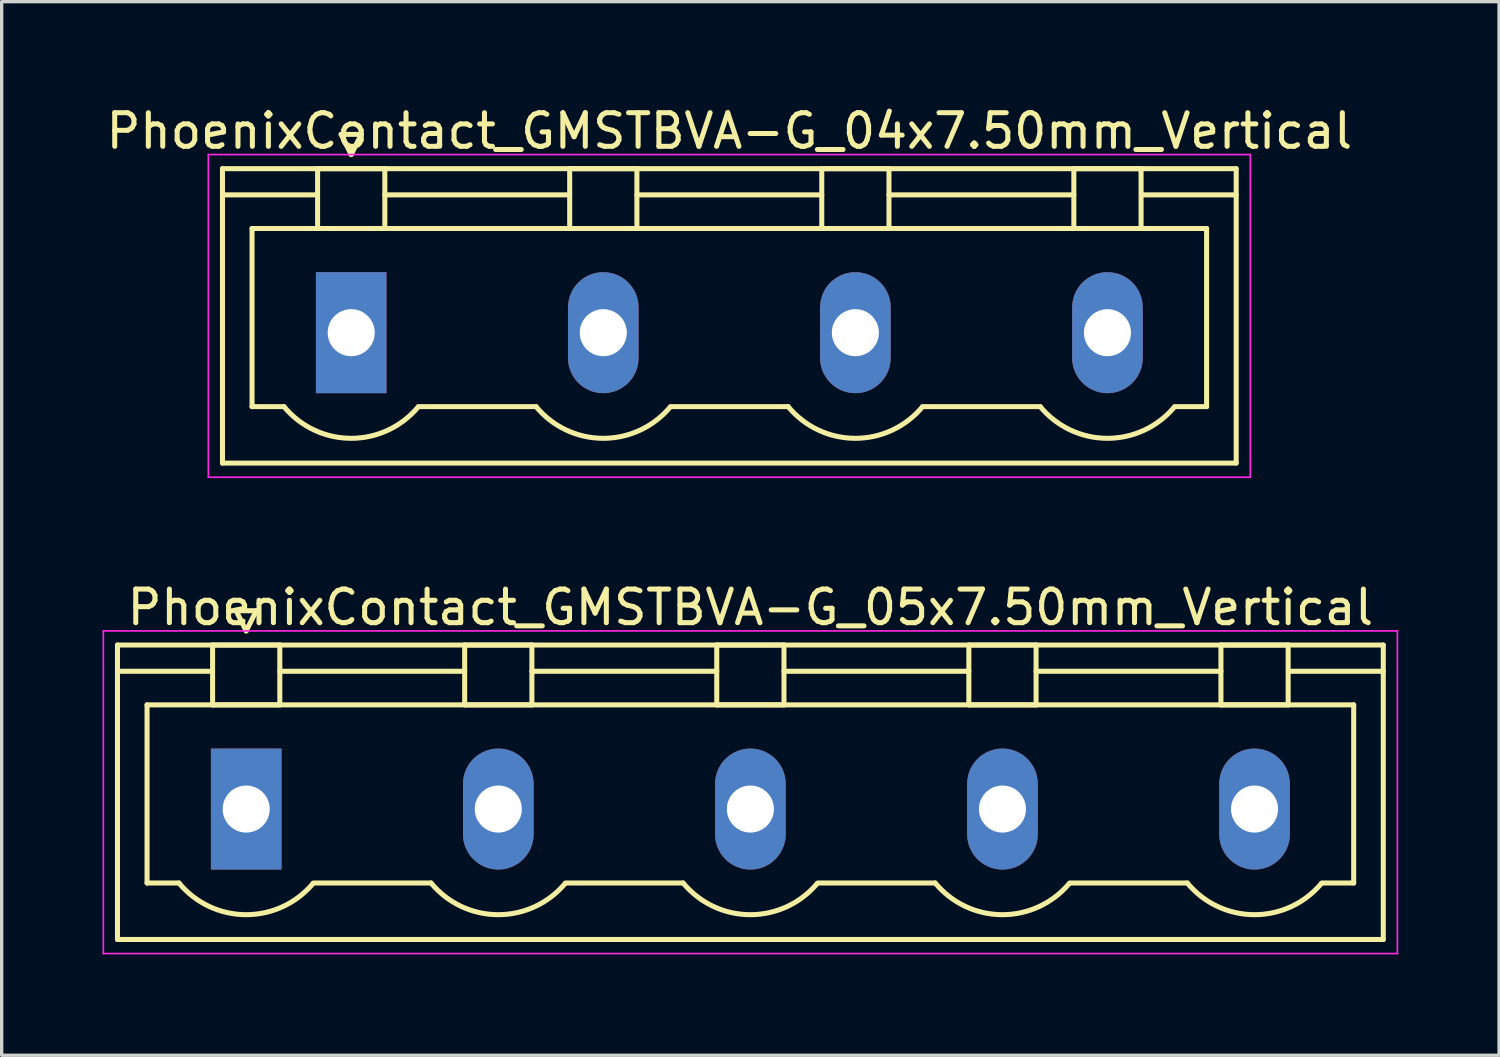
<source format=kicad_pcb>
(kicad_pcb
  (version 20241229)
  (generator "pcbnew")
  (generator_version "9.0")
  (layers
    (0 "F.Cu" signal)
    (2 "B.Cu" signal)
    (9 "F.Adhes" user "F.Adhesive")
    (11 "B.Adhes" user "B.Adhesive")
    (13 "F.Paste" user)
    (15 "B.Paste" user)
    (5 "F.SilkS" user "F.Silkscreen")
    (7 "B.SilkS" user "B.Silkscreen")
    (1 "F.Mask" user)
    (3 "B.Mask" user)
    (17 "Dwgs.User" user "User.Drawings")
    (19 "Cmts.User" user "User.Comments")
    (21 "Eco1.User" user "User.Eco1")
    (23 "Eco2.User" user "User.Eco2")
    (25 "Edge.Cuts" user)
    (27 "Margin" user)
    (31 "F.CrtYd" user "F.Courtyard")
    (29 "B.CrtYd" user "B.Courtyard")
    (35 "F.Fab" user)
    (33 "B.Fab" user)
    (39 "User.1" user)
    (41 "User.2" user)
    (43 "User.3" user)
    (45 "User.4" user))
  (footprint "PhoenixContact_GMSTBVA-G_04x7.50mm_Vertical"
    (layer "F.Cu")
    (at 7.399 6.848)
    (property "Reference" "PhoenixContact_GMSTBVA-G_04x7.50mm_Vertical" (at 11.25 -6 0) (layer "F.SilkS") (effects (font (size 1 1) (thickness 0.15))))
    (attr through_hole)
    (fp_line (start -3.83 -4.88) (end -3.83 3.88) (stroke (width 0.15) (type solid)) (layer "F.SilkS"))
    (fp_line (start -3.83 -4.1) (end -1.08 -4.1) (stroke (width 0.15) (type solid)) (layer "F.SilkS"))
    (fp_line (start -3.83 3.88) (end 26.33 3.88) (stroke (width 0.15) (type solid)) (layer "F.SilkS"))
    (fp_line (start -2.95 -3.1) (end 25.45 -3.1) (stroke (width 0.15) (type solid)) (layer "F.SilkS"))
    (fp_line (start -2.95 2.2) (end -2.95 -3.1) (stroke (width 0.15) (type solid)) (layer "F.SilkS"))
    (fp_line (start -2 2.2) (end -2.95 2.2) (stroke (width 0.15) (type solid)) (layer "F.SilkS"))
    (fp_line (start -1 -4.88) (end 1 -4.88) (stroke (width 0.15) (type solid)) (layer "F.SilkS"))
    (fp_line (start -1 -3.1) (end -1 -4.88) (stroke (width 0.15) (type solid)) (layer "F.SilkS"))
    (fp_line (start -0.3 -5.9) (end 0 -5.3) (stroke (width 0.15) (type solid)) (layer "F.SilkS"))
    (fp_line (start 0 -5.3) (end 0.3 -5.9) (stroke (width 0.15) (type solid)) (layer "F.SilkS"))
    (fp_line (start 0.3 -5.9) (end -0.3 -5.9) (stroke (width 0.15) (type solid)) (layer "F.SilkS"))
    (fp_line (start 1 -4.88) (end 1 -3.1) (stroke (width 0.15) (type solid)) (layer "F.SilkS"))
    (fp_line (start 1 -4.1) (end 6.5 -4.1) (stroke (width 0.15) (type solid)) (layer "F.SilkS"))
    (fp_line (start 1 -3.1) (end -1 -3.1) (stroke (width 0.15) (type solid)) (layer "F.SilkS"))
    (fp_line (start 2 2.2) (end 5.5 2.2) (stroke (width 0.15) (type solid)) (layer "F.SilkS"))
    (fp_line (start 6.5 -4.88) (end 8.5 -4.88) (stroke (width 0.15) (type solid)) (layer "F.SilkS"))
    (fp_line (start 6.5 -3.1) (end 6.5 -4.88) (stroke (width 0.15) (type solid)) (layer "F.SilkS"))
    (fp_line (start 8.5 -4.88) (end 8.5 -3.1) (stroke (width 0.15) (type solid)) (layer "F.SilkS"))
    (fp_line (start 8.5 -4.1) (end 14 -4.1) (stroke (width 0.15) (type solid)) (layer "F.SilkS"))
    (fp_line (start 8.5 -3.1) (end 6.5 -3.1) (stroke (width 0.15) (type solid)) (layer "F.SilkS"))
    (fp_line (start 9.5 2.2) (end 13 2.2) (stroke (width 0.15) (type solid)) (layer "F.SilkS"))
    (fp_line (start 14 -4.88) (end 16 -4.88) (stroke (width 0.15) (type solid)) (layer "F.SilkS"))
    (fp_line (start 14 -3.1) (end 14 -4.88) (stroke (width 0.15) (type solid)) (layer "F.SilkS"))
    (fp_line (start 16 -4.88) (end 16 -3.1) (stroke (width 0.15) (type solid)) (layer "F.SilkS"))
    (fp_line (start 16 -4.1) (end 21.5 -4.1) (stroke (width 0.15) (type solid)) (layer "F.SilkS"))
    (fp_line (start 16 -3.1) (end 14 -3.1) (stroke (width 0.15) (type solid)) (layer "F.SilkS"))
    (fp_line (start 17 2.2) (end 20.5 2.2) (stroke (width 0.15) (type solid)) (layer "F.SilkS"))
    (fp_line (start 21.5 -4.88) (end 23.5 -4.88) (stroke (width 0.15) (type solid)) (layer "F.SilkS"))
    (fp_line (start 21.5 -3.1) (end 21.5 -4.88) (stroke (width 0.15) (type solid)) (layer "F.SilkS"))
    (fp_line (start 23.5 -4.88) (end 23.5 -3.1) (stroke (width 0.15) (type solid)) (layer "F.SilkS"))
    (fp_line (start 23.5 -3.1) (end 21.5 -3.1) (stroke (width 0.15) (type solid)) (layer "F.SilkS"))
    (fp_line (start 25.45 -3.1) (end 25.45 2.2) (stroke (width 0.15) (type solid)) (layer "F.SilkS"))
    (fp_line (start 25.45 2.2) (end 24.5 2.2) (stroke (width 0.15) (type solid)) (layer "F.SilkS"))
    (fp_line (start 26.33 -4.88) (end -3.83 -4.88) (stroke (width 0.15) (type solid)) (layer "F.SilkS"))
    (fp_line (start 26.33 -4.1) (end 23.58 -4.1) (stroke (width 0.15) (type solid)) (layer "F.SilkS"))
    (fp_line (start 26.33 3.88) (end 26.33 -4.88) (stroke (width 0.15) (type solid)) (layer "F.SilkS"))
    (fp_arc (start 1.986842 2.215821) (mid -0.010289 3.142758) (end -2 2.2) (stroke (width 0.15) (type solid)) (layer "F.SilkS"))
    (fp_arc (start 9.486842 2.215821) (mid 7.489711 3.142758) (end 5.5 2.2) (stroke (width 0.15) (type solid)) (layer "F.SilkS"))
    (fp_arc (start 16.986842 2.215821) (mid 14.989711 3.142758) (end 13 2.2) (stroke (width 0.15) (type solid)) (layer "F.SilkS"))
    (fp_arc (start 24.486842 2.215821) (mid 22.489711 3.142758) (end 20.5 2.2) (stroke (width 0.15) (type solid)) (layer "F.SilkS"))
    (fp_line (start -4.25 -5.3) (end -4.25 4.3) (stroke (width 0.05) (type solid)) (layer "F.CrtYd"))
    (fp_line (start -4.25 4.3) (end 26.75 4.3) (stroke (width 0.05) (type solid)) (layer "F.CrtYd"))
    (fp_line (start 26.75 -5.3) (end -4.25 -5.3) (stroke (width 0.05) (type solid)) (layer "F.CrtYd"))
    (fp_line (start 26.75 4.3) (end 26.75 -5.3) (stroke (width 0.05) (type solid)) (layer "F.CrtYd"))
    (pad "1" thru_hole rect (at 0 0) (size 2.1 3.6) (drill 1.4) (layers "*.Cu" "*.Mask"))
    (pad "2" thru_hole oval (at 7.5 0) (size 2.1 3.6) (drill 1.4) (layers "*.Cu" "*.Mask"))
    (pad "3" thru_hole oval (at 15 0) (size 2.1 3.6) (drill 1.4) (layers "*.Cu" "*.Mask"))
    (pad "4" thru_hole oval (at 22.5 0) (size 2.1 3.6) (drill 1.4) (layers "*.Cu" "*.Mask")))
  (footprint "PhoenixContact_GMSTBVA-G_05x7.50mm_Vertical"
    (layer "F.Cu")
    (at 4.275 21.021)
    (property "Reference" "PhoenixContact_GMSTBVA-G_05x7.50mm_Vertical" (at 15 -6 0) (layer "F.SilkS") (effects (font (size 1 1) (thickness 0.15))))
    (attr through_hole)
    (fp_line (start -3.83 -4.88) (end -3.83 3.88) (stroke (width 0.15) (type solid)) (layer "F.SilkS"))
    (fp_line (start -3.83 -4.1) (end -1.08 -4.1) (stroke (width 0.15) (type solid)) (layer "F.SilkS"))
    (fp_line (start -3.83 3.88) (end 33.83 3.88) (stroke (width 0.15) (type solid)) (layer "F.SilkS"))
    (fp_line (start -2.95 -3.1) (end 32.95 -3.1) (stroke (width 0.15) (type solid)) (layer "F.SilkS"))
    (fp_line (start -2.95 2.2) (end -2.95 -3.1) (stroke (width 0.15) (type solid)) (layer "F.SilkS"))
    (fp_line (start -2 2.2) (end -2.95 2.2) (stroke (width 0.15) (type solid)) (layer "F.SilkS"))
    (fp_line (start -1 -4.88) (end 1 -4.88) (stroke (width 0.15) (type solid)) (layer "F.SilkS"))
    (fp_line (start -1 -3.1) (end -1 -4.88) (stroke (width 0.15) (type solid)) (layer "F.SilkS"))
    (fp_line (start -0.3 -5.9) (end 0 -5.3) (stroke (width 0.15) (type solid)) (layer "F.SilkS"))
    (fp_line (start 0 -5.3) (end 0.3 -5.9) (stroke (width 0.15) (type solid)) (layer "F.SilkS"))
    (fp_line (start 0.3 -5.9) (end -0.3 -5.9) (stroke (width 0.15) (type solid)) (layer "F.SilkS"))
    (fp_line (start 1 -4.88) (end 1 -3.1) (stroke (width 0.15) (type solid)) (layer "F.SilkS"))
    (fp_line (start 1 -4.1) (end 6.5 -4.1) (stroke (width 0.15) (type solid)) (layer "F.SilkS"))
    (fp_line (start 1 -3.1) (end -1 -3.1) (stroke (width 0.15) (type solid)) (layer "F.SilkS"))
    (fp_line (start 2 2.2) (end 5.5 2.2) (stroke (width 0.15) (type solid)) (layer "F.SilkS"))
    (fp_line (start 6.5 -4.88) (end 8.5 -4.88) (stroke (width 0.15) (type solid)) (layer "F.SilkS"))
    (fp_line (start 6.5 -3.1) (end 6.5 -4.88) (stroke (width 0.15) (type solid)) (layer "F.SilkS"))
    (fp_line (start 8.5 -4.88) (end 8.5 -3.1) (stroke (width 0.15) (type solid)) (layer "F.SilkS"))
    (fp_line (start 8.5 -4.1) (end 14 -4.1) (stroke (width 0.15) (type solid)) (layer "F.SilkS"))
    (fp_line (start 8.5 -3.1) (end 6.5 -3.1) (stroke (width 0.15) (type solid)) (layer "F.SilkS"))
    (fp_line (start 9.5 2.2) (end 13 2.2) (stroke (width 0.15) (type solid)) (layer "F.SilkS"))
    (fp_line (start 14 -4.88) (end 16 -4.88) (stroke (width 0.15) (type solid)) (layer "F.SilkS"))
    (fp_line (start 14 -3.1) (end 14 -4.88) (stroke (width 0.15) (type solid)) (layer "F.SilkS"))
    (fp_line (start 16 -4.88) (end 16 -3.1) (stroke (width 0.15) (type solid)) (layer "F.SilkS"))
    (fp_line (start 16 -4.1) (end 21.5 -4.1) (stroke (width 0.15) (type solid)) (layer "F.SilkS"))
    (fp_line (start 16 -3.1) (end 14 -3.1) (stroke (width 0.15) (type solid)) (layer "F.SilkS"))
    (fp_line (start 17 2.2) (end 20.5 2.2) (stroke (width 0.15) (type solid)) (layer "F.SilkS"))
    (fp_line (start 21.5 -4.88) (end 23.5 -4.88) (stroke (width 0.15) (type solid)) (layer "F.SilkS"))
    (fp_line (start 21.5 -3.1) (end 21.5 -4.88) (stroke (width 0.15) (type solid)) (layer "F.SilkS"))
    (fp_line (start 23.5 -4.88) (end 23.5 -3.1) (stroke (width 0.15) (type solid)) (layer "F.SilkS"))
    (fp_line (start 23.5 -4.1) (end 29 -4.1) (stroke (width 0.15) (type solid)) (layer "F.SilkS"))
    (fp_line (start 23.5 -3.1) (end 21.5 -3.1) (stroke (width 0.15) (type solid)) (layer "F.SilkS"))
    (fp_line (start 24.5 2.2) (end 28 2.2) (stroke (width 0.15) (type solid)) (layer "F.SilkS"))
    (fp_line (start 29 -4.88) (end 31 -4.88) (stroke (width 0.15) (type solid)) (layer "F.SilkS"))
    (fp_line (start 29 -3.1) (end 29 -4.88) (stroke (width 0.15) (type solid)) (layer "F.SilkS"))
    (fp_line (start 31 -4.88) (end 31 -3.1) (stroke (width 0.15) (type solid)) (layer "F.SilkS"))
    (fp_line (start 31 -3.1) (end 29 -3.1) (stroke (width 0.15) (type solid)) (layer "F.SilkS"))
    (fp_line (start 32.95 -3.1) (end 32.95 2.2) (stroke (width 0.15) (type solid)) (layer "F.SilkS"))
    (fp_line (start 32.95 2.2) (end 32 2.2) (stroke (width 0.15) (type solid)) (layer "F.SilkS"))
    (fp_line (start 33.83 -4.88) (end -3.83 -4.88) (stroke (width 0.15) (type solid)) (layer "F.SilkS"))
    (fp_line (start 33.83 -4.1) (end 31.08 -4.1) (stroke (width 0.15) (type solid)) (layer "F.SilkS"))
    (fp_line (start 33.83 3.88) (end 33.83 -4.88) (stroke (width 0.15) (type solid)) (layer "F.SilkS"))
    (fp_arc (start 1.986842 2.215821) (mid -0.010289 3.142758) (end -2 2.2) (stroke (width 0.15) (type solid)) (layer "F.SilkS"))
    (fp_arc (start 9.486842 2.215821) (mid 7.489711 3.142758) (end 5.5 2.2) (stroke (width 0.15) (type solid)) (layer "F.SilkS"))
    (fp_arc (start 16.986842 2.215821) (mid 14.989711 3.142758) (end 13 2.2) (stroke (width 0.15) (type solid)) (layer "F.SilkS"))
    (fp_arc (start 24.486842 2.215821) (mid 22.489711 3.142758) (end 20.5 2.2) (stroke (width 0.15) (type solid)) (layer "F.SilkS"))
    (fp_arc (start 31.986842 2.215821) (mid 29.989711 3.142758) (end 28 2.2) (stroke (width 0.15) (type solid)) (layer "F.SilkS"))
    (fp_line (start -4.25 -5.3) (end -4.25 4.3) (stroke (width 0.05) (type solid)) (layer "F.CrtYd"))
    (fp_line (start -4.25 4.3) (end 34.25 4.3) (stroke (width 0.05) (type solid)) (layer "F.CrtYd"))
    (fp_line (start 34.25 -5.3) (end -4.25 -5.3) (stroke (width 0.05) (type solid)) (layer "F.CrtYd"))
    (fp_line (start 34.25 4.3) (end 34.25 -5.3) (stroke (width 0.05) (type solid)) (layer "F.CrtYd"))
    (pad "1" thru_hole rect (at 0 0) (size 2.1 3.6) (drill 1.4) (layers "*.Cu" "*.Mask"))
    (pad "2" thru_hole oval (at 7.5 0) (size 2.1 3.6) (drill 1.4) (layers "*.Cu" "*.Mask"))
    (pad "3" thru_hole oval (at 15 0) (size 2.1 3.6) (drill 1.4) (layers "*.Cu" "*.Mask"))
    (pad "4" thru_hole oval (at 22.5 0) (size 2.1 3.6) (drill 1.4) (layers "*.Cu" "*.Mask"))
    (pad "5" thru_hole oval (at 30 0) (size 2.1 3.6) (drill 1.4) (layers "*.Cu" "*.Mask")))
  (gr_rect
    (start -3 -3)
    (end 41.55 28.346)
    (stroke (width 0.1) (type default))
    (fill no)
    (layer "Edge.Cuts")))
</source>
